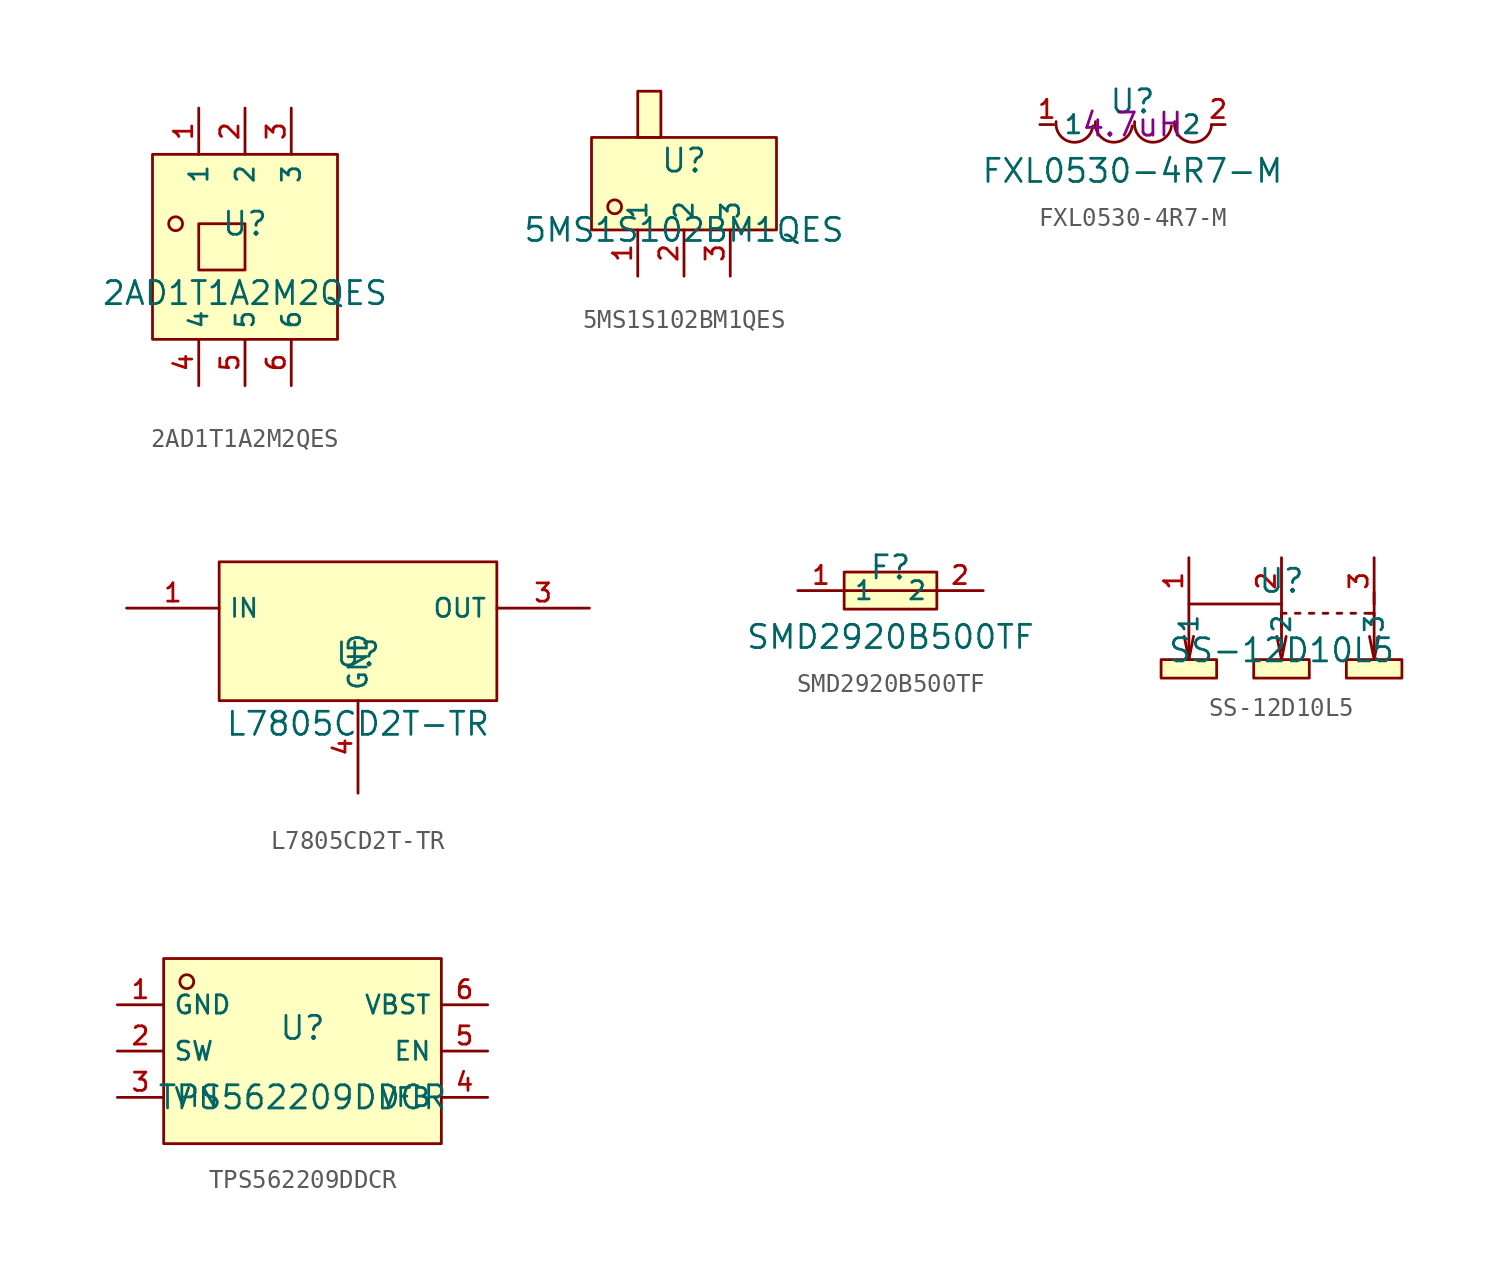
<source format=kicad_sym>
(kicad_symbol_lib
  (version 20220914)
  (generator kicad_symbol_editor)
  (symbol "2AD1T1A2M2QES"
    (property "Reference" "U"
      (at 0 1.27 0)
      (effects (font (size 1.27 1.27))))
    (property "Value" "2AD1T1A2M2QES"
      (at 0 -2.54 0)
      (effects (font (size 1.27 1.27))))
    (symbol "2AD1T1A2M2QES_0_1"
      (rectangle (start -5.08 5.08) (end 5.08 -5.08) (stroke (width 0) (type default) (color 0 0 0 0)) (fill (type background)))
      (circle (center -3.81 1.27) (radius 0.381) (stroke (width 0) (type default) (color 0 0 0 0)) (fill (type background)))
      (pin unspecified line (at -2.54 7.62 270) (length 2.54) (name "1" (effects (font (size 1 1)))) (number "1" (effects (font (size 1 1)))))
      (pin unspecified line (at 0.0 7.62 270) (length 2.54) (name "2" (effects (font (size 1 1)))) (number "2" (effects (font (size 1 1)))))
      (pin unspecified line (at 2.54 7.62 270) (length 2.54) (name "3" (effects (font (size 1 1)))) (number "3" (effects (font (size 1 1)))))
      (pin unspecified line (at -2.54 -7.62 90) (length 2.54) (name "4" (effects (font (size 1 1)))) (number "4" (effects (font (size 1 1)))))
      (pin unspecified line (at 0.0 -7.62 90) (length 2.54) (name "5" (effects (font (size 1 1)))) (number "5" (effects (font (size 1 1)))))
      (pin unspecified line (at 2.54 -7.62 90) (length 2.54) (name "6" (effects (font (size 1 1)))) (number "6" (effects (font (size 1 1)))))
      (rectangle (start -2.54 1.27) (end 0.0 -1.27) (stroke (width 0) (type default) (color 0 0 0 0)) (fill (type background)))))
  (symbol "5MS1S102BM1QES"
    (property "Reference" "U"
      (at 0 1.27 0)
      (effects (font (size 1.27 1.27))))
    (property "Value" "5MS1S102BM1QES"
      (at 0 -2.54 0)
      (effects (font (size 1.27 1.27))))
    (symbol "5MS1S102BM1QES_0_1"
      (rectangle (start -2.54 5.08) (end -1.27 2.54) (stroke (width 0) (type default) (color 0 0 0 0)) (fill (type background)))
      (rectangle (start -5.08 2.54) (end 5.08 -2.54) (stroke (width 0) (type default) (color 0 0 0 0)) (fill (type background)))
      (circle (center -3.81 -1.27) (radius 0.381) (stroke (width 0) (type default) (color 0 0 0 0)) (fill (type background)))
      (pin unspecified line (at -2.54 -5.08 90) (length 2.54) (name "1" (effects (font (size 1 1)))) (number "1" (effects (font (size 1 1)))))
      (pin unspecified line (at 0.0 -5.08 90) (length 2.54) (name "2" (effects (font (size 1 1)))) (number "2" (effects (font (size 1 1)))))
      (pin unspecified line (at 2.54 -5.08 90) (length 2.54) (name "3" (effects (font (size 1 1)))) (number "3" (effects (font (size 1 1)))))))
  (symbol "FXL0530-4R7-M"
    (property "Reference" "U"
      (at 0 1.27 0)
      (effects (font (size 1.27 1.27))))
    (property "Value" "FXL0530-4R7-M"
      (at 0 -2.54 0)
      (effects (font (size 1.27 1.27))))
    (property "Inductance" "4.7uH"
      (at 0 0 0)
      (effects (font (size 1.27 1.27))))
    (symbol "FXL0530-4R7-M_0_1"
      (arc (start -4.1877 0.1628) (mid -3.2963 -0.964) (end -2.1694 -0.0727) (stroke (width 0) (type default)) (fill (type none)))
      (arc (start -2.033 0.1621) (mid -1.1416 -0.9646) (end -0.0147 -0.0733) (stroke (width 0) (type default)) (fill (type none)))
      (arc (start 0.1176 0.1621) (mid 1.009 -0.9646) (end 2.1359 -0.0733) (stroke (width 0) (type default)) (fill (type none)))
      (arc (start 2.3104 0.1627) (mid 3.2018 -0.9641) (end 4.3287 -0.0728) (stroke (width 0) (type default)) (fill (type none)))
      (pin unspecified line (at -5.08 0 0) (length 0.762) (name "1" (effects (font (size 1 1)))) (number "1" (effects (font (size 1 1)))))
      (pin unspecified line (at 5.08 0 180) (length 0.762) (name "2" (effects (font (size 1 1)))) (number "2" (effects (font (size 1 1)))))))
  (symbol "L7805CD2T-TR"
    (property "Reference" "U"
      (at 0 1.27 0)
      (effects (font (size 1.27 1.27))))
    (property "Value" "L7805CD2T-TR"
      (at 0 -2.54 0)
      (effects (font (size 1.27 1.27))))
    (symbol "L7805CD2T-TR_0_1"
      (rectangle (start -7.62 6.35) (end 7.62 -1.27) (stroke (width 0) (type default)) (fill (type background)))
      (pin power_in line (at -12.7 3.81 0) (length 5.08) (name "IN" (effects (font (size 1 1)))) (number "1" (effects (font (size 1 1)))))
      (pin power_in line (at 12.7 3.81 180) (length 5.08) (name "OUT" (effects (font (size 1 1)))) (number "3" (effects (font (size 1 1)))))
      (pin power_in line (at 0 -6.35 90) (length 5.08) (name "GND" (effects (font (size 1 1)))) (number "4" (effects (font (size 1 1)))))))
  (symbol "SMD2920B500TF"
    (property "Reference" "F"
      (at 0 1.27 0)
      (effects (font (size 1.27 1.27))))
    (property "Value" "SMD2920B500TF"
      (at 0 -2.54 0)
      (effects (font (size 1.27 1.27))))
    (symbol "SMD2920B500TF_0_1"
      (rectangle (start -2.54 1.016) (end 2.54 -1.016) (stroke (width 0) (type default) (color 0 0 0 0)) (fill (type background)))
      (pin unspecified line (at 5.08 -0.0 180) (length 2.54) (name "2" (effects (font (size 1 1)))) (number "2" (effects (font (size 1 1)))))
      (pin unspecified line (at -5.08 -0.0 0) (length 2.54) (name "1" (effects (font (size 1 1)))) (number "1" (effects (font (size 1 1)))))
      (polyline (pts (xy -2.54 -0.0) (xy 2.54 -0.0)) (stroke (width 0) (type default) (color 0 0 0 0)) (fill (type none)))))
  (symbol "SS-12D10L5"
    (property "Reference" "U"
      (at 0 1.27 0)
      (effects (font (size 1.27 1.27))))
    (property "Value" "SS-12D10L5"
      (at 0 -2.54 0)
      (effects (font (size 1.27 1.27))))
    (symbol "SS-12D10L5_0_1"
      (rectangle (start -6.604 -3.048) (end -3.556 -4.064) (stroke (width 0) (type default)) (fill (type background)))
      (rectangle (start -1.524 -3.048) (end 1.524 -4.064) (stroke (width 0) (type default)) (fill (type background)))
      (polyline (pts (xy -5.08 -3.048) (xy -5.334 -1.778)) (stroke (width 0) (type default)) (fill (type none)))
      (polyline (pts (xy -5.08 -3.048) (xy -4.826 -1.778)) (stroke (width 0) (type default)) (fill (type none)))
      (polyline (pts (xy 0 -3.048) (xy -0.254 -1.778)) (stroke (width 0) (type default)) (fill (type none)))
      (polyline (pts (xy 0 -3.048) (xy 0.254 -1.778)) (stroke (width 0) (type default)) (fill (type none)))
      (polyline (pts (xy 0 0) (xy 0 -1.27)) (stroke (width 0) (type default)) (fill (type none)))
      (polyline (pts (xy 0.762 -0.508) (xy 1.016 -0.508)) (stroke (width 0) (type default)) (fill (type none)))
      (polyline (pts (xy 1.524 -0.508) (xy 1.778 -0.508)) (stroke (width 0) (type default)) (fill (type none)))
      (polyline (pts (xy 2.286 -0.508) (xy 2.54 -0.508)) (stroke (width 0) (type default)) (fill (type none)))
      (polyline (pts (xy 3.048 -0.508) (xy 3.302 -0.508)) (stroke (width 0) (type default)) (fill (type none)))
      (polyline (pts (xy 3.81 -0.508) (xy 4.064 -0.508)) (stroke (width 0) (type default)) (fill (type none)))
      (polyline (pts (xy 4.572 -0.508) (xy 4.826 -0.508)) (stroke (width 0) (type default)) (fill (type none)))
      (polyline (pts (xy 5.08 -3.048) (xy 4.826 -1.778)) (stroke (width 0) (type default)) (fill (type none)))
      (polyline (pts (xy 5.08 -3.048) (xy 5.334 -1.778)) (stroke (width 0) (type default)) (fill (type none)))
      (polyline (pts (xy 5.08 0.635) (xy 5.08 -0.635)) (stroke (width 0) (type default)) (fill (type none)))
      (polyline (pts (xy 0 -2.54) (xy 0 -0.508) (xy 0.254 -0.508)) (stroke (width 0) (type default)) (fill (type none)))
      (polyline (pts (xy 4.826 -0.508) (xy 5.08 -0.508) (xy 5.08 -2.54)) (stroke (width 0) (type default)) (fill (type none)))
      (polyline (pts (xy -5.08 -3.048) (xy -5.08 0) (xy -2.54 0) (xy 0 0)) (stroke (width 0) (type default)) (fill (type none)))
      (rectangle (start 3.556 -3.048) (end 6.604 -4.064) (stroke (width 0) (type default)) (fill (type background)))
      (pin unspecified line (at -5.08 2.54 270) (length 2.54) (name "1" (effects (font (size 1 1)))) (number "1" (effects (font (size 1 1)))))
      (pin unspecified line (at 0 2.54 270) (length 2.54) (name "2" (effects (font (size 1 1)))) (number "2" (effects (font (size 1 1)))))
      (pin unspecified line (at 5.08 2.54 270) (length 2.54) (name "3" (effects (font (size 1 1)))) (number "3" (effects (font (size 1 1)))))))
  (symbol "TPS562209DDCR"
    (property "Reference" "U"
      (at 0 1.27 0)
      (effects (font (size 1.27 1.27))))
    (property "Value" "TPS562209DDCR"
      (at 0 -2.54 0)
      (effects (font (size 1.27 1.27))))
    (symbol "TPS562209DDCR_0_1"
      (rectangle (start -7.62 5.08) (end 7.62 -5.08) (stroke (width 0) (type default)) (fill (type background)))
      (circle (center -6.35 3.81) (radius 0.381) (stroke (width 0) (type default)) (fill (type background)))
      (pin unspecified line (at -10.16 2.54 0) (length 2.54) (name "GND" (effects (font (size 1 1)))) (number "1" (effects (font (size 1 1)))))
      (pin unspecified line (at -10.16 0 0) (length 2.54) (name "SW" (effects (font (size 1 1)))) (number "2" (effects (font (size 1 1)))))
      (pin unspecified line (at -10.16 -2.54 0) (length 2.54) (name "VIN" (effects (font (size 1 1)))) (number "3" (effects (font (size 1 1)))))
      (pin unspecified line (at 10.16 -2.54 180) (length 2.54) (name "VFB" (effects (font (size 1 1)))) (number "4" (effects (font (size 1 1)))))
      (pin unspecified line (at 10.16 0 180) (length 2.54) (name "EN" (effects (font (size 1 1)))) (number "5" (effects (font (size 1 1)))))
      (pin unspecified line (at 10.16 2.54 180) (length 2.54) (name "VBST" (effects (font (size 1 1)))) (number "6" (effects (font (size 1 1))))))))
</source>
